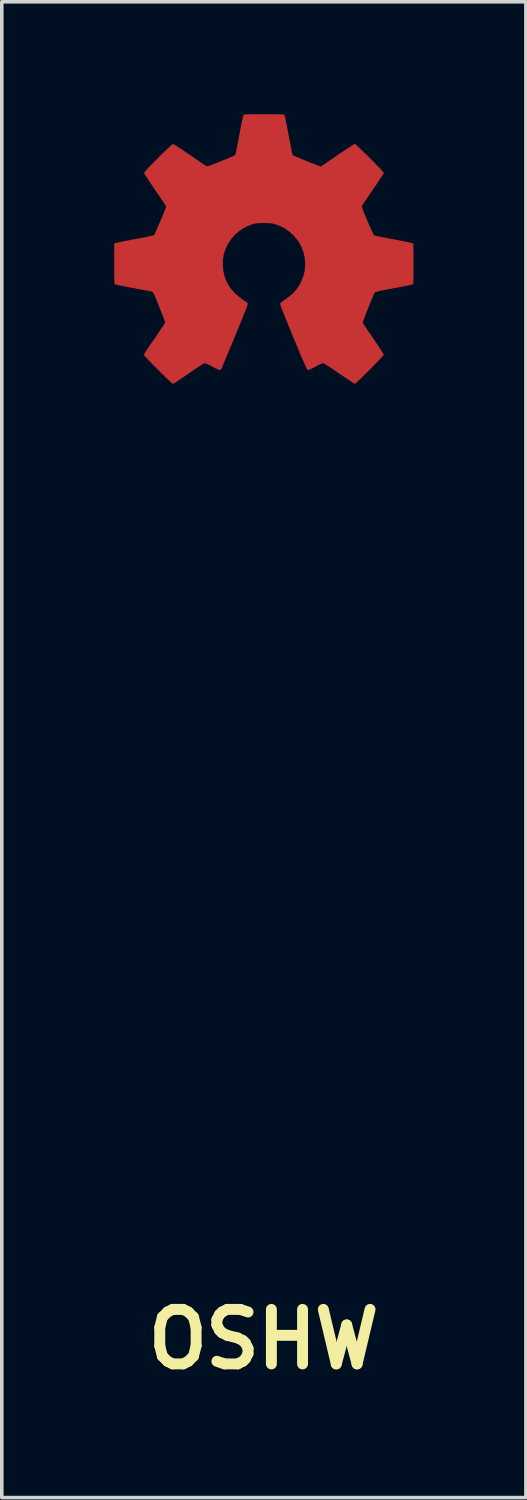
<source format=kicad_pcb>
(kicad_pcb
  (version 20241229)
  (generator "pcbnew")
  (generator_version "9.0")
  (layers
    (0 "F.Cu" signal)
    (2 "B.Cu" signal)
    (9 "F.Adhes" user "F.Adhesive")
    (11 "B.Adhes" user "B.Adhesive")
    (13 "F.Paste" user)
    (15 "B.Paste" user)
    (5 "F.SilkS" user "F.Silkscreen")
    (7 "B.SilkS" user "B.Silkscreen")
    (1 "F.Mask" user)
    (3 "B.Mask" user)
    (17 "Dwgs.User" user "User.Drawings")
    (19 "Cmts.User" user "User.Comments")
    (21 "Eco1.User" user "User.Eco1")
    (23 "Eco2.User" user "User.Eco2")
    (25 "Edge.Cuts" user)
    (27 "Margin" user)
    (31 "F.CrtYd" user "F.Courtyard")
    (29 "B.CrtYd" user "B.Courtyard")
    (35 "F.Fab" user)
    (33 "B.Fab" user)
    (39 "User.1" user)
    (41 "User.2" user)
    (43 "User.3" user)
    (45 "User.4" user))
  (footprint "OSHW"
    (layer "F.Cu")
    (at 4.319 3.994)
    (property "Reference" "OSHW" (at 0 30.394 0) (layer "F.SilkS") (effects (font (size 1.524 1.524) (thickness 0.305))))
    (attr through_hole)
    (fp_poly (pts (xy 4.191 0.333) (xy 4.188 0.475) (xy 4.188 0.592) (xy 4.188 0.686) (xy 4.186 0.759) (xy 4.186 0.815) (xy 4.183 0.853) (xy 4.178 0.881) (xy 4.173 0.897) (xy 4.171 0.902) (xy 4.153 0.907) (xy 4.11 0.917) (xy 4.046 0.932) (xy 3.962 0.95) (xy 3.866 0.968) (xy 3.759 0.991) (xy 3.645 1.011) (xy 3.515 1.034) (xy 3.401 1.057) (xy 3.302 1.077) (xy 3.221 1.095) (xy 3.162 1.11) (xy 3.124 1.12) (xy 3.114 1.125) (xy 3.104 1.143) (xy 3.084 1.181) (xy 3.058 1.24) (xy 3.028 1.313) (xy 2.992 1.397) (xy 2.954 1.486) (xy 2.918 1.577) (xy 2.88 1.671) (xy 2.847 1.758) (xy 2.819 1.834) (xy 2.794 1.9) (xy 2.779 1.948) (xy 2.771 1.976) (xy 2.771 1.981) (xy 2.779 1.996) (xy 2.802 2.032) (xy 2.84 2.088) (xy 2.885 2.156) (xy 2.939 2.238) (xy 3.002 2.327) (xy 3.068 2.423) (xy 3.134 2.52) (xy 3.195 2.611) (xy 3.249 2.695) (xy 3.294 2.764) (xy 3.327 2.819) (xy 3.35 2.855) (xy 3.358 2.873) (xy 3.348 2.888) (xy 3.32 2.921) (xy 3.277 2.969) (xy 3.223 3.028) (xy 3.157 3.094) (xy 3.086 3.167) (xy 3.01 3.246) (xy 2.931 3.325) (xy 2.855 3.401) (xy 2.779 3.475) (xy 2.713 3.541) (xy 2.652 3.597) (xy 2.603 3.64) (xy 2.57 3.67) (xy 2.553 3.683) (xy 2.55 3.683) (xy 2.535 3.675) (xy 2.499 3.653) (xy 2.443 3.617) (xy 2.375 3.571) (xy 2.294 3.518) (xy 2.202 3.457) (xy 2.108 3.393) (xy 2.012 3.327) (xy 1.92 3.264) (xy 1.839 3.211) (xy 1.77 3.167) (xy 1.714 3.132) (xy 1.679 3.111) (xy 1.661 3.104) (xy 1.641 3.109) (xy 1.603 3.127) (xy 1.547 3.155) (xy 1.483 3.188) (xy 1.453 3.203) (xy 1.382 3.241) (xy 1.321 3.269) (xy 1.273 3.289) (xy 1.242 3.299) (xy 1.237 3.299) (xy 1.229 3.294) (xy 1.222 3.284) (xy 1.209 3.264) (xy 1.194 3.233) (xy 1.173 3.193) (xy 1.148 3.134) (xy 1.115 3.063) (xy 1.077 2.974) (xy 1.031 2.868) (xy 0.978 2.738) (xy 0.914 2.586) (xy 0.841 2.41) (xy 0.828 2.38) (xy 0.767 2.228) (xy 0.706 2.083) (xy 0.653 1.948) (xy 0.602 1.824) (xy 0.559 1.714) (xy 0.521 1.621) (xy 0.493 1.544) (xy 0.472 1.488) (xy 0.462 1.455) (xy 0.46 1.445) (xy 0.475 1.43) (xy 0.505 1.402) (xy 0.551 1.367) (xy 0.597 1.333) (xy 0.714 1.247) (xy 0.81 1.166) (xy 0.889 1.085) (xy 0.955 0.996) (xy 1.016 0.897) (xy 1.046 0.841) (xy 1.113 0.678) (xy 1.153 0.511) (xy 1.166 0.34) (xy 1.153 0.17) (xy 1.115 0.005) (xy 1.054 -0.152) (xy 0.968 -0.305) (xy 0.856 -0.445) (xy 0.848 -0.452) (xy 0.716 -0.574) (xy 0.569 -0.673) (xy 0.404 -0.749) (xy 0.323 -0.777) (xy 0.277 -0.79) (xy 0.234 -0.8) (xy 0.185 -0.805) (xy 0.124 -0.808) (xy 0.048 -0.81) (xy 0.005 -0.81) (xy -0.079 -0.81) (xy -0.147 -0.808) (xy -0.198 -0.803) (xy -0.244 -0.795) (xy -0.29 -0.782) (xy -0.31 -0.777) (xy -0.483 -0.709) (xy -0.638 -0.62) (xy -0.777 -0.508) (xy -0.897 -0.376) (xy -0.996 -0.229) (xy -1.024 -0.175) (xy -1.079 -0.046) (xy -1.118 0.076) (xy -1.138 0.203) (xy -1.143 0.338) (xy -1.13 0.518) (xy -1.09 0.691) (xy -1.024 0.853) (xy -0.935 1.003) (xy -0.82 1.138) (xy -0.77 1.186) (xy -0.706 1.24) (xy -0.632 1.295) (xy -0.564 1.346) (xy -0.503 1.387) (xy -0.495 1.389) (xy -0.462 1.415) (xy -0.445 1.44) (xy -0.442 1.445) (xy -0.447 1.463) (xy -0.46 1.506) (xy -0.485 1.572) (xy -0.518 1.661) (xy -0.561 1.77) (xy -0.612 1.897) (xy -0.671 2.042) (xy -0.737 2.202) (xy -0.803 2.36) (xy -0.864 2.51) (xy -0.925 2.652) (xy -0.98 2.786) (xy -1.031 2.908) (xy -1.077 3.018) (xy -1.115 3.109) (xy -1.146 3.183) (xy -1.168 3.236) (xy -1.181 3.266) (xy -1.184 3.274) (xy -1.206 3.294) (xy -1.227 3.302) (xy -1.247 3.294) (xy -1.288 3.277) (xy -1.344 3.251) (xy -1.41 3.216) (xy -1.438 3.2) (xy -1.521 3.157) (xy -1.587 3.127) (xy -1.633 3.109) (xy -1.656 3.106) (xy -1.674 3.117) (xy -1.714 3.139) (xy -1.77 3.175) (xy -1.836 3.218) (xy -1.913 3.269) (xy -1.961 3.302) (xy -2.09 3.393) (xy -2.2 3.467) (xy -2.289 3.528) (xy -2.362 3.579) (xy -2.418 3.617) (xy -2.461 3.645) (xy -2.494 3.663) (xy -2.517 3.675) (xy -2.53 3.68) (xy -2.537 3.683) (xy -2.55 3.673) (xy -2.583 3.645) (xy -2.631 3.602) (xy -2.692 3.546) (xy -2.764 3.477) (xy -2.842 3.399) (xy -2.926 3.315) (xy -2.944 3.297) (xy -3.03 3.211) (xy -3.109 3.132) (xy -3.18 3.058) (xy -3.241 2.995) (xy -3.289 2.944) (xy -3.322 2.908) (xy -3.338 2.891) (xy -3.338 2.888) (xy -3.34 2.88) (xy -3.34 2.873) (xy -3.338 2.863) (xy -3.332 2.845) (xy -3.32 2.822) (xy -3.299 2.791) (xy -3.272 2.748) (xy -3.231 2.69) (xy -3.183 2.616) (xy -3.119 2.522) (xy -3.04 2.41) (xy -3.033 2.4) (xy -2.967 2.304) (xy -2.908 2.215) (xy -2.855 2.134) (xy -2.809 2.068) (xy -2.776 2.014) (xy -2.756 1.981) (xy -2.751 1.966) (xy -2.756 1.948) (xy -2.771 1.908) (xy -2.791 1.849) (xy -2.822 1.773) (xy -2.857 1.684) (xy -2.896 1.585) (xy -2.916 1.537) (xy -2.964 1.415) (xy -3.005 1.316) (xy -3.038 1.24) (xy -3.063 1.184) (xy -3.084 1.146) (xy -3.099 1.123) (xy -3.109 1.113) (xy -3.129 1.107) (xy -3.175 1.097) (xy -3.241 1.085) (xy -3.325 1.067) (xy -3.421 1.049) (xy -3.531 1.029) (xy -3.637 1.008) (xy -3.754 0.988) (xy -3.861 0.965) (xy -3.957 0.947) (xy -4.036 0.93) (xy -4.1 0.917) (xy -4.14 0.907) (xy -4.155 0.902) (xy -4.161 0.892) (xy -4.166 0.874) (xy -4.168 0.841) (xy -4.171 0.795) (xy -4.173 0.732) (xy -4.176 0.648) (xy -4.176 0.541) (xy -4.176 0.411) (xy -4.176 0.33) (xy -4.176 -0.224) (xy -4.143 -0.244) (xy -4.122 -0.251) (xy -4.077 -0.262) (xy -4.011 -0.277) (xy -3.927 -0.295) (xy -3.828 -0.315) (xy -3.719 -0.335) (xy -3.599 -0.358) (xy -3.597 -0.358) (xy -3.48 -0.378) (xy -3.371 -0.401) (xy -3.274 -0.419) (xy -3.19 -0.437) (xy -3.127 -0.452) (xy -3.084 -0.462) (xy -3.066 -0.47) (xy -3.063 -0.47) (xy -3.053 -0.488) (xy -3.035 -0.526) (xy -3.007 -0.584) (xy -2.977 -0.655) (xy -2.941 -0.737) (xy -2.903 -0.823) (xy -2.865 -0.914) (xy -2.827 -1.001) (xy -2.794 -1.082) (xy -2.764 -1.153) (xy -2.741 -1.209) (xy -2.728 -1.25) (xy -2.723 -1.265) (xy -2.731 -1.28) (xy -2.753 -1.318) (xy -2.786 -1.372) (xy -2.832 -1.443) (xy -2.888 -1.524) (xy -2.949 -1.615) (xy -3.018 -1.714) (xy -3.028 -1.73) (xy -3.096 -1.831) (xy -3.16 -1.925) (xy -3.216 -2.009) (xy -3.264 -2.083) (xy -3.302 -2.141) (xy -3.327 -2.182) (xy -3.34 -2.202) (xy -3.338 -2.215) (xy -3.325 -2.233) (xy -3.305 -2.261) (xy -3.269 -2.301) (xy -3.221 -2.355) (xy -3.155 -2.421) (xy -3.073 -2.504) (xy -2.974 -2.603) (xy -2.954 -2.624) (xy -2.855 -2.725) (xy -2.764 -2.812) (xy -2.687 -2.885) (xy -2.624 -2.944) (xy -2.576 -2.987) (xy -2.545 -3.012) (xy -2.535 -3.018) (xy -2.517 -3.01) (xy -2.479 -2.99) (xy -2.423 -2.954) (xy -2.352 -2.908) (xy -2.271 -2.855) (xy -2.177 -2.791) (xy -2.078 -2.725) (xy -2.068 -2.718) (xy -1.968 -2.649) (xy -1.875 -2.586) (xy -1.791 -2.527) (xy -1.717 -2.479) (xy -1.659 -2.441) (xy -1.618 -2.413) (xy -1.598 -2.4) (xy -1.585 -2.395) (xy -1.567 -2.398) (xy -1.539 -2.403) (xy -1.501 -2.416) (xy -1.448 -2.433) (xy -1.377 -2.461) (xy -1.283 -2.499) (xy -1.217 -2.527) (xy -1.1 -2.573) (xy -1.008 -2.611) (xy -0.935 -2.642) (xy -0.881 -2.667) (xy -0.843 -2.685) (xy -0.815 -2.697) (xy -0.8 -2.71) (xy -0.79 -2.72) (xy -0.785 -2.728) (xy -0.782 -2.736) (xy -0.777 -2.756) (xy -0.77 -2.799) (xy -0.757 -2.865) (xy -0.739 -2.949) (xy -0.721 -3.048) (xy -0.701 -3.157) (xy -0.678 -3.274) (xy -0.676 -3.287) (xy -0.653 -3.406) (xy -0.632 -3.515) (xy -0.612 -3.614) (xy -0.594 -3.698) (xy -0.579 -3.764) (xy -0.569 -3.81) (xy -0.564 -3.83) (xy -0.561 -3.83) (xy -0.554 -3.835) (xy -0.536 -3.84) (xy -0.508 -3.843) (xy -0.465 -3.846) (xy -0.404 -3.848) (xy -0.325 -3.851) (xy -0.226 -3.851) (xy -0.102 -3.851) (xy 0.005 -3.851) (xy 0.127 -3.851) (xy 0.241 -3.851) (xy 0.343 -3.848) (xy 0.432 -3.846) (xy 0.5 -3.846) (xy 0.549 -3.843) (xy 0.574 -3.84) (xy 0.582 -3.823) (xy 0.594 -3.78) (xy 0.61 -3.713) (xy 0.627 -3.625) (xy 0.65 -3.515) (xy 0.673 -3.391) (xy 0.696 -3.274) (xy 0.719 -3.152) (xy 0.742 -3.04) (xy 0.762 -2.939) (xy 0.777 -2.852) (xy 0.792 -2.784) (xy 0.805 -2.736) (xy 0.81 -2.71) (xy 0.813 -2.708) (xy 0.831 -2.697) (xy 0.869 -2.68) (xy 0.927 -2.654) (xy 0.996 -2.624) (xy 1.077 -2.591) (xy 1.163 -2.555) (xy 1.252 -2.52) (xy 1.339 -2.484) (xy 1.42 -2.454) (xy 1.491 -2.426) (xy 1.547 -2.405) (xy 1.585 -2.393) (xy 1.6 -2.388) (xy 1.615 -2.398) (xy 1.651 -2.421) (xy 1.704 -2.456) (xy 1.773 -2.504) (xy 1.854 -2.56) (xy 1.946 -2.621) (xy 2.047 -2.69) (xy 2.07 -2.708) (xy 2.172 -2.776) (xy 2.266 -2.84) (xy 2.352 -2.896) (xy 2.426 -2.944) (xy 2.484 -2.982) (xy 2.525 -3.007) (xy 2.548 -3.018) (xy 2.55 -3.018) (xy 2.565 -3.01) (xy 2.598 -2.982) (xy 2.644 -2.939) (xy 2.703 -2.883) (xy 2.771 -2.819) (xy 2.845 -2.746) (xy 2.924 -2.67) (xy 3 -2.591) (xy 3.078 -2.515) (xy 3.15 -2.438) (xy 3.216 -2.372) (xy 3.272 -2.311) (xy 3.317 -2.263) (xy 3.345 -2.228) (xy 3.358 -2.21) (xy 3.35 -2.192) (xy 3.327 -2.156) (xy 3.292 -2.101) (xy 3.246 -2.029) (xy 3.193 -1.948) (xy 3.132 -1.857) (xy 3.063 -1.758) (xy 3.061 -1.753) (xy 2.992 -1.654) (xy 2.929 -1.56) (xy 2.87 -1.476) (xy 2.822 -1.405) (xy 2.786 -1.346) (xy 2.758 -1.308) (xy 2.748 -1.288) (xy 2.746 -1.275) (xy 2.748 -1.255) (xy 2.758 -1.222) (xy 2.774 -1.173) (xy 2.799 -1.11) (xy 2.835 -1.026) (xy 2.878 -0.922) (xy 2.901 -0.869) (xy 2.946 -0.762) (xy 2.987 -0.671) (xy 3.025 -0.589) (xy 3.056 -0.528) (xy 3.078 -0.485) (xy 3.091 -0.465) (xy 3.094 -0.462) (xy 3.111 -0.457) (xy 3.155 -0.447) (xy 3.221 -0.434) (xy 3.302 -0.417) (xy 3.401 -0.399) (xy 3.51 -0.376) (xy 3.63 -0.353) (xy 3.642 -0.353) (xy 3.777 -0.325) (xy 3.896 -0.302) (xy 3.998 -0.282) (xy 4.077 -0.264) (xy 4.135 -0.249) (xy 4.171 -0.239) (xy 4.178 -0.236) (xy 4.181 -0.218) (xy 4.183 -0.175) (xy 4.186 -0.112) (xy 4.186 -0.028) (xy 4.188 0.071) (xy 4.188 0.18) (xy 4.191 0.302) (xy 4.191 0.333)) (stroke (width 0.003) (type solid)) (fill yes) (layer "F.Cu"))
    (fp_poly (pts (xy 4.331 0.493) (xy 4.331 0.63) (xy 4.331 0.742) (xy 4.328 0.831) (xy 4.328 0.902) (xy 4.326 0.955) (xy 4.323 0.993) (xy 4.321 1.021) (xy 4.315 1.036) (xy 4.31 1.041) (xy 4.293 1.049) (xy 4.249 1.059) (xy 4.186 1.074) (xy 4.105 1.09) (xy 4.008 1.11) (xy 3.899 1.13) (xy 3.785 1.153) (xy 3.658 1.176) (xy 3.543 1.199) (xy 3.444 1.219) (xy 3.363 1.237) (xy 3.302 1.25) (xy 3.266 1.26) (xy 3.256 1.265) (xy 3.246 1.283) (xy 3.226 1.321) (xy 3.2 1.379) (xy 3.17 1.448) (xy 3.137 1.524) (xy 3.104 1.608) (xy 3.071 1.689) (xy 3.04 1.765) (xy 3.015 1.834) (xy 2.995 1.89) (xy 2.982 1.928) (xy 2.979 1.943) (xy 2.987 1.956) (xy 3.01 1.991) (xy 3.045 2.045) (xy 3.091 2.111) (xy 3.145 2.189) (xy 3.203 2.276) (xy 3.241 2.329) (xy 3.498 2.705) (xy 3.498 2.873) (xy 3.498 3.04) (xy 3.106 3.432) (xy 2.715 3.823) (xy 2.55 3.823) (xy 2.388 3.823) (xy 2.017 3.569) (xy 1.648 3.315) (xy 1.529 3.378) (xy 1.412 3.444) (xy 1.24 3.439) (xy 1.067 3.434) (xy 0.688 2.525) (xy 0.31 1.615) (xy 0.31 1.471) (xy 0.31 1.407) (xy 0.312 1.354) (xy 0.315 1.318) (xy 0.318 1.306) (xy 0.333 1.288) (xy 0.366 1.26) (xy 0.411 1.224) (xy 0.455 1.194) (xy 0.572 1.107) (xy 0.668 1.026) (xy 0.747 0.945) (xy 0.813 0.859) (xy 0.871 0.759) (xy 0.909 0.686) (xy 0.968 0.554) (xy 1.001 0.434) (xy 1.008 0.325) (xy 1.003 0.257) (xy 0.958 0.091) (xy 0.886 -0.064) (xy 0.795 -0.208) (xy 0.678 -0.34) (xy 0.544 -0.455) (xy 0.394 -0.549) (xy 0.373 -0.559) (xy 0.267 -0.607) (xy 0.163 -0.64) (xy 0.064 -0.66) (xy 0.005 -0.665) (xy -0.102 -0.653) (xy -0.221 -0.62) (xy -0.345 -0.566) (xy -0.467 -0.495) (xy -0.582 -0.411) (xy -0.686 -0.318) (xy -0.752 -0.246) (xy -0.813 -0.157) (xy -0.874 -0.051) (xy -0.925 0.064) (xy -0.965 0.173) (xy -0.975 0.208) (xy -0.988 0.282) (xy -0.993 0.351) (xy -0.988 0.417) (xy -0.968 0.493) (xy -0.937 0.587) (xy -0.93 0.607) (xy -0.856 0.762) (xy -0.759 0.904) (xy -0.638 1.036) (xy -0.493 1.156) (xy -0.394 1.224) (xy -0.353 1.252) (xy -0.32 1.275) (xy -0.305 1.288) (xy -0.302 1.308) (xy -0.297 1.351) (xy -0.297 1.407) (xy -0.295 1.46) (xy -0.295 1.615) (xy -0.663 2.499) (xy -0.724 2.652) (xy -0.782 2.794) (xy -0.838 2.929) (xy -0.889 3.051) (xy -0.935 3.157) (xy -0.973 3.249) (xy -1.003 3.325) (xy -1.026 3.378) (xy -1.041 3.409) (xy -1.044 3.414) (xy -1.052 3.426) (xy -1.067 3.434) (xy -1.092 3.439) (xy -1.133 3.442) (xy -1.194 3.442) (xy -1.224 3.442) (xy -1.392 3.442) (xy -1.511 3.378) (xy -1.631 3.315) (xy -1.862 3.475) (xy -1.946 3.531) (xy -2.032 3.592) (xy -2.116 3.647) (xy -2.187 3.696) (xy -2.233 3.729) (xy -2.372 3.823) (xy -2.537 3.823) (xy -2.7 3.823) (xy -3.094 3.432) (xy -3.485 3.04) (xy -3.485 2.875) (xy -3.485 2.804) (xy -3.482 2.756) (xy -3.477 2.72) (xy -3.47 2.695) (xy -3.454 2.67) (xy -3.437 2.644) (xy -3.416 2.614) (xy -3.383 2.563) (xy -3.338 2.497) (xy -3.287 2.421) (xy -3.228 2.337) (xy -3.178 2.261) (xy -3.119 2.177) (xy -3.068 2.101) (xy -3.025 2.035) (xy -2.992 1.981) (xy -2.969 1.946) (xy -2.962 1.93) (xy -2.967 1.913) (xy -2.982 1.872) (xy -3.002 1.814) (xy -3.033 1.74) (xy -3.066 1.656) (xy -3.091 1.59) (xy -3.134 1.481) (xy -3.17 1.397) (xy -3.198 1.333) (xy -3.221 1.29) (xy -3.236 1.265) (xy -3.249 1.255) (xy -3.272 1.25) (xy -3.315 1.24) (xy -3.381 1.227) (xy -3.465 1.209) (xy -3.564 1.191) (xy -3.673 1.168) (xy -3.78 1.151) (xy -3.894 1.128) (xy -4.003 1.107) (xy -4.097 1.087) (xy -4.178 1.072) (xy -4.242 1.057) (xy -4.282 1.046) (xy -4.298 1.041) (xy -4.303 1.034) (xy -4.305 1.016) (xy -4.308 0.986) (xy -4.31 0.942) (xy -4.313 0.884) (xy -4.315 0.805) (xy -4.315 0.709) (xy -4.315 0.589) (xy -4.318 0.442) (xy -4.318 0.33) (xy -4.318 -0.366) (xy -4.285 -0.384) (xy -4.265 -0.391) (xy -4.219 -0.404) (xy -4.153 -0.417) (xy -4.069 -0.434) (xy -3.97 -0.455) (xy -3.858 -0.475) (xy -3.741 -0.498) (xy -3.739 -0.498) (xy -3.622 -0.521) (xy -3.513 -0.541) (xy -3.414 -0.561) (xy -3.332 -0.579) (xy -3.269 -0.592) (xy -3.226 -0.605) (xy -3.205 -0.61) (xy -3.195 -0.627) (xy -3.178 -0.665) (xy -3.152 -0.721) (xy -3.119 -0.79) (xy -3.086 -0.866) (xy -3.053 -0.945) (xy -3.018 -1.021) (xy -2.987 -1.092) (xy -2.962 -1.156) (xy -2.944 -1.201) (xy -2.934 -1.229) (xy -2.934 -1.232) (xy -2.941 -1.247) (xy -2.964 -1.283) (xy -2.997 -1.336) (xy -3.043 -1.405) (xy -3.096 -1.483) (xy -3.157 -1.572) (xy -3.208 -1.648) (xy -3.485 -2.05) (xy -3.485 -2.212) (xy -3.485 -2.375) (xy -3.094 -2.769) (xy -2.703 -3.16) (xy -2.535 -3.16) (xy -2.367 -3.16) (xy -2.012 -2.916) (xy -1.92 -2.855) (xy -1.834 -2.794) (xy -1.755 -2.741) (xy -1.689 -2.695) (xy -1.638 -2.659) (xy -1.605 -2.637) (xy -1.6 -2.634) (xy -1.542 -2.593) (xy -1.275 -2.703) (xy -1.171 -2.743) (xy -1.092 -2.776) (xy -1.031 -2.802) (xy -0.988 -2.822) (xy -0.96 -2.837) (xy -0.942 -2.85) (xy -0.93 -2.86) (xy -0.925 -2.873) (xy -0.925 -2.875) (xy -0.919 -2.896) (xy -0.909 -2.941) (xy -0.897 -3.005) (xy -0.881 -3.089) (xy -0.861 -3.188) (xy -0.841 -3.297) (xy -0.82 -3.416) (xy -0.818 -3.429) (xy -0.795 -3.546) (xy -0.772 -3.658) (xy -0.754 -3.757) (xy -0.737 -3.84) (xy -0.721 -3.907) (xy -0.711 -3.952) (xy -0.704 -3.973) (xy -0.696 -3.978) (xy -0.678 -3.98) (xy -0.653 -3.985) (xy -0.612 -3.988) (xy -0.556 -3.988) (xy -0.483 -3.99) (xy -0.391 -3.99) (xy -0.277 -3.993) (xy -0.137 -3.993) (xy 0.005 -3.993) (xy 0.142 -3.993) (xy 0.272 -3.99) (xy 0.389 -3.99) (xy 0.493 -3.988) (xy 0.582 -3.988) (xy 0.648 -3.985) (xy 0.693 -3.983) (xy 0.716 -3.98) (xy 0.724 -3.962) (xy 0.734 -3.922) (xy 0.749 -3.853) (xy 0.77 -3.767) (xy 0.79 -3.658) (xy 0.815 -3.531) (xy 0.833 -3.434) (xy 0.856 -3.315) (xy 0.876 -3.2) (xy 0.897 -3.099) (xy 0.912 -3.012) (xy 0.927 -2.944) (xy 0.937 -2.896) (xy 0.942 -2.87) (xy 0.955 -2.855) (xy 0.986 -2.837) (xy 1.031 -2.814) (xy 1.1 -2.784) (xy 1.189 -2.743) (xy 1.255 -2.718) (xy 1.351 -2.677) (xy 1.425 -2.649) (xy 1.478 -2.626) (xy 1.519 -2.614) (xy 1.544 -2.609) (xy 1.565 -2.606) (xy 1.577 -2.611) (xy 1.59 -2.616) (xy 1.593 -2.619) (xy 1.613 -2.631) (xy 1.654 -2.659) (xy 1.709 -2.7) (xy 1.783 -2.748) (xy 1.864 -2.804) (xy 1.956 -2.865) (xy 2.007 -2.901) (xy 2.383 -3.16) (xy 2.55 -3.16) (xy 2.715 -3.16) (xy 3.106 -2.769) (xy 3.498 -2.377) (xy 3.498 -2.21) (xy 3.498 -2.042) (xy 3.221 -1.641) (xy 2.944 -1.24) (xy 3.076 -0.927) (xy 3.117 -0.838) (xy 3.152 -0.757) (xy 3.185 -0.691) (xy 3.211 -0.64) (xy 3.228 -0.61) (xy 3.233 -0.605) (xy 3.254 -0.599) (xy 3.297 -0.589) (xy 3.36 -0.574) (xy 3.444 -0.559) (xy 3.543 -0.538) (xy 3.653 -0.518) (xy 3.769 -0.495) (xy 3.782 -0.493) (xy 3.919 -0.467) (xy 4.039 -0.445) (xy 4.138 -0.424) (xy 4.219 -0.406) (xy 4.277 -0.391) (xy 4.31 -0.381) (xy 4.318 -0.376) (xy 4.321 -0.361) (xy 4.323 -0.318) (xy 4.326 -0.251) (xy 4.328 -0.165) (xy 4.328 -0.064) (xy 4.331 0.051) (xy 4.331 0.178) (xy 4.331 0.315) (xy 4.331 0.333) (xy 4.331 0.493)) (stroke (width 0.003) (type solid)) (fill yes) (layer "F.Mask")))
  (gr_rect
    (start -3 -3)
    (end 11.651 38.814)
    (stroke (width 0.1) (type default))
    (fill no)
    (layer "Edge.Cuts")))
</source>
